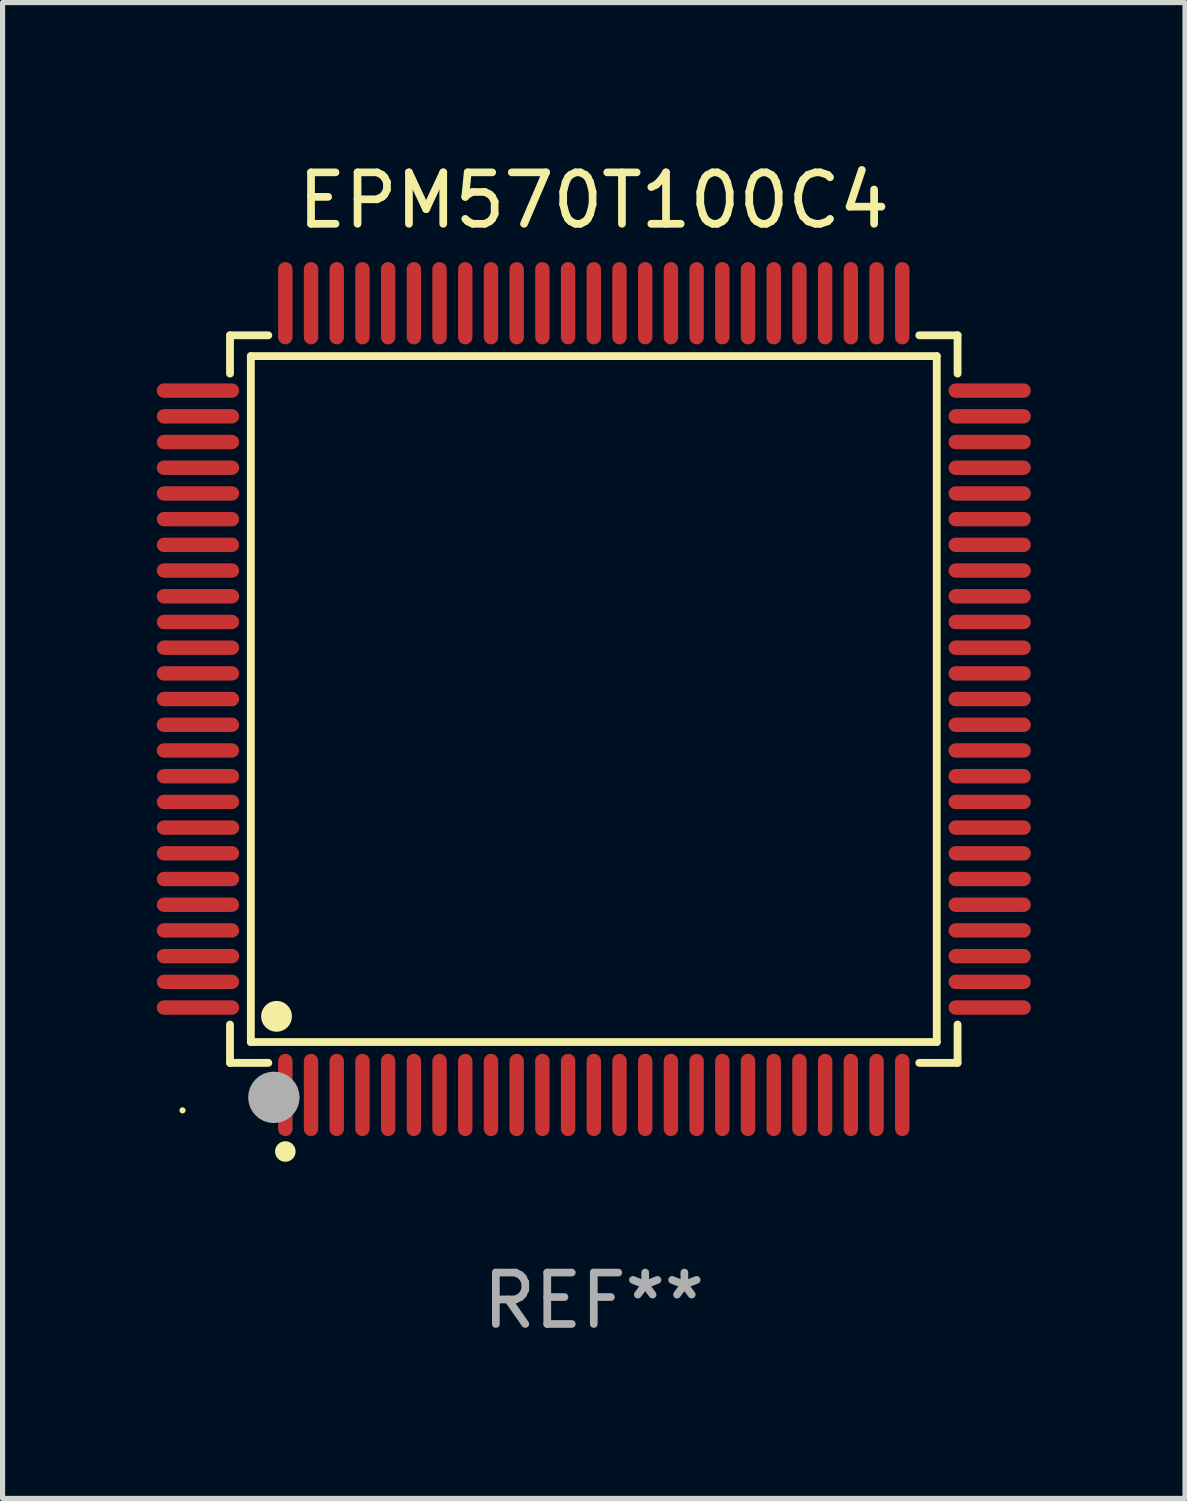
<source format=kicad_pcb>
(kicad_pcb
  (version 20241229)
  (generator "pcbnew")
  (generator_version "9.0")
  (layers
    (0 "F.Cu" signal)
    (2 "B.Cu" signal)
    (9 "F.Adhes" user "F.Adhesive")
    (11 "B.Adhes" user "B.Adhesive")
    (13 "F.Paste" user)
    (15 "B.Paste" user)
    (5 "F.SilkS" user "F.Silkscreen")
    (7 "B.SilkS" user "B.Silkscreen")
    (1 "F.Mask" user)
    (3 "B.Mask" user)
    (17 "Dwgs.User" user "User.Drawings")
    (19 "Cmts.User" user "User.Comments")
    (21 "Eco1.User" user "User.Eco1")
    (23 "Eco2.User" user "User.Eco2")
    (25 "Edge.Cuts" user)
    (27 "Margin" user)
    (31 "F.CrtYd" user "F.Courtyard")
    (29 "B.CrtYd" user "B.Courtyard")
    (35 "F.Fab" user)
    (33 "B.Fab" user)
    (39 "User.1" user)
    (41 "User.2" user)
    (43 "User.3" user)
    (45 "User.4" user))
  (footprint "EPM570T100C4"
    (layer "F.Cu")
    (at 8.5 10.548)
    (property "Reference" "EPM570T100C4" (at 0 -9.7 0) (layer "F.SilkS") (effects (font (size 1 1) (thickness 0.15))))
    (attr through_hole)
    (fp_line (start -7.076 -7.076) (end -6.331 -7.076) (stroke (width 0.152) (type solid)) (layer "F.SilkS"))
    (fp_line (start -7.076 -6.331) (end -7.076 -7.076) (stroke (width 0.152) (type solid)) (layer "F.SilkS"))
    (fp_line (start -7.076 6.331) (end -7.076 7.076) (stroke (width 0.152) (type solid)) (layer "F.SilkS"))
    (fp_line (start -7.076 7.076) (end -6.331 7.076) (stroke (width 0.152) (type solid)) (layer "F.SilkS"))
    (fp_line (start -6.671 -6.671) (end 6.671 -6.671) (stroke (width 0.152) (type solid)) (layer "F.SilkS"))
    (fp_line (start -6.671 6.671) (end -6.671 -6.671) (stroke (width 0.152) (type solid)) (layer "F.SilkS"))
    (fp_line (start 6.671 -6.671) (end 6.671 6.671) (stroke (width 0.152) (type solid)) (layer "F.SilkS"))
    (fp_line (start 6.671 6.671) (end -6.671 6.671) (stroke (width 0.152) (type solid)) (layer "F.SilkS"))
    (fp_line (start 7.076 -7.076) (end 6.331 -7.076) (stroke (width 0.152) (type solid)) (layer "F.SilkS"))
    (fp_line (start 7.076 -6.331) (end 7.076 -7.076) (stroke (width 0.152) (type solid)) (layer "F.SilkS"))
    (fp_line (start 7.076 6.331) (end 7.076 7.076) (stroke (width 0.152) (type solid)) (layer "F.SilkS"))
    (fp_line (start 7.076 7.076) (end 6.331 7.076) (stroke (width 0.152) (type solid)) (layer "F.SilkS"))
    (fp_circle (center -8 8) (end -7.97 8) (stroke (width 0.06) (type solid)) (fill no) (layer "F.SilkS"))
    (fp_circle (center -6.171 6.171) (end -6.021 6.171) (stroke (width 0.3) (type solid)) (fill no) (layer "F.SilkS"))
    (fp_circle (center -6 8.8) (end -5.9 8.8) (stroke (width 0.2) (type solid)) (fill no) (layer "F.SilkS"))
    (fp_circle (center -6.223 7.747) (end -5.973 7.747) (stroke (width 0.5) (type solid)) (fill no) (layer "F.Fab"))
    (fp_text user "REF**" (at 0 11.7 0) (layer "F.Fab") (effects (font (size 1 1) (thickness 0.15))))
    (pad "1" smd oval (at -6 7.7) (size 0.28 1.6) (layers "F.Cu" "F.Mask" "F.Paste"))
    (pad "2" smd oval (at -5.5 7.7) (size 0.28 1.6) (layers "F.Cu" "F.Mask" "F.Paste"))
    (pad "3" smd oval (at -5 7.7) (size 0.28 1.6) (layers "F.Cu" "F.Mask" "F.Paste"))
    (pad "4" smd oval (at -4.5 7.7) (size 0.28 1.6) (layers "F.Cu" "F.Mask" "F.Paste"))
    (pad "5" smd oval (at -4 7.7) (size 0.28 1.6) (layers "F.Cu" "F.Mask" "F.Paste"))
    (pad "6" smd oval (at -3.5 7.7) (size 0.28 1.6) (layers "F.Cu" "F.Mask" "F.Paste"))
    (pad "7" smd oval (at -3 7.7) (size 0.28 1.6) (layers "F.Cu" "F.Mask" "F.Paste"))
    (pad "8" smd oval (at -2.5 7.7) (size 0.28 1.6) (layers "F.Cu" "F.Mask" "F.Paste"))
    (pad "9" smd oval (at -2 7.7) (size 0.28 1.6) (layers "F.Cu" "F.Mask" "F.Paste"))
    (pad "10" smd oval (at -1.5 7.7) (size 0.28 1.6) (layers "F.Cu" "F.Mask" "F.Paste"))
    (pad "11" smd oval (at -1 7.7) (size 0.28 1.6) (layers "F.Cu" "F.Mask" "F.Paste"))
    (pad "12" smd oval (at -0.5 7.7) (size 0.28 1.6) (layers "F.Cu" "F.Mask" "F.Paste"))
    (pad "13" smd oval (at 0 7.7) (size 0.28 1.6) (layers "F.Cu" "F.Mask" "F.Paste"))
    (pad "14" smd oval (at 0.5 7.7) (size 0.28 1.6) (layers "F.Cu" "F.Mask" "F.Paste"))
    (pad "15" smd oval (at 1 7.7) (size 0.28 1.6) (layers "F.Cu" "F.Mask" "F.Paste"))
    (pad "16" smd oval (at 1.5 7.7) (size 0.28 1.6) (layers "F.Cu" "F.Mask" "F.Paste"))
    (pad "17" smd oval (at 2 7.7) (size 0.28 1.6) (layers "F.Cu" "F.Mask" "F.Paste"))
    (pad "18" smd oval (at 2.5 7.7) (size 0.28 1.6) (layers "F.Cu" "F.Mask" "F.Paste"))
    (pad "19" smd oval (at 3 7.7) (size 0.28 1.6) (layers "F.Cu" "F.Mask" "F.Paste"))
    (pad "20" smd oval (at 3.5 7.7) (size 0.28 1.6) (layers "F.Cu" "F.Mask" "F.Paste"))
    (pad "21" smd oval (at 4 7.7) (size 0.28 1.6) (layers "F.Cu" "F.Mask" "F.Paste"))
    (pad "22" smd oval (at 4.5 7.7) (size 0.28 1.6) (layers "F.Cu" "F.Mask" "F.Paste"))
    (pad "23" smd oval (at 5 7.7) (size 0.28 1.6) (layers "F.Cu" "F.Mask" "F.Paste"))
    (pad "24" smd oval (at 5.5 7.7) (size 0.28 1.6) (layers "F.Cu" "F.Mask" "F.Paste"))
    (pad "25" smd oval (at 6 7.7) (size 0.28 1.6) (layers "F.Cu" "F.Mask" "F.Paste"))
    (pad "26" smd oval (at 7.7 6) (size 1.6 0.28) (layers "F.Cu" "F.Mask" "F.Paste"))
    (pad "27" smd oval (at 7.7 5.5) (size 1.6 0.28) (layers "F.Cu" "F.Mask" "F.Paste"))
    (pad "28" smd oval (at 7.7 5) (size 1.6 0.28) (layers "F.Cu" "F.Mask" "F.Paste"))
    (pad "29" smd oval (at 7.7 4.5) (size 1.6 0.28) (layers "F.Cu" "F.Mask" "F.Paste"))
    (pad "30" smd oval (at 7.7 4) (size 1.6 0.28) (layers "F.Cu" "F.Mask" "F.Paste"))
    (pad "31" smd oval (at 7.7 3.5) (size 1.6 0.28) (layers "F.Cu" "F.Mask" "F.Paste"))
    (pad "32" smd oval (at 7.7 3) (size 1.6 0.28) (layers "F.Cu" "F.Mask" "F.Paste"))
    (pad "33" smd oval (at 7.7 2.5) (size 1.6 0.28) (layers "F.Cu" "F.Mask" "F.Paste"))
    (pad "34" smd oval (at 7.7 2) (size 1.6 0.28) (layers "F.Cu" "F.Mask" "F.Paste"))
    (pad "35" smd oval (at 7.7 1.5) (size 1.6 0.28) (layers "F.Cu" "F.Mask" "F.Paste"))
    (pad "36" smd oval (at 7.7 1) (size 1.6 0.28) (layers "F.Cu" "F.Mask" "F.Paste"))
    (pad "37" smd oval (at 7.7 0.5) (size 1.6 0.28) (layers "F.Cu" "F.Mask" "F.Paste"))
    (pad "38" smd oval (at 7.7 0) (size 1.6 0.28) (layers "F.Cu" "F.Mask" "F.Paste"))
    (pad "39" smd oval (at 7.7 -0.5) (size 1.6 0.28) (layers "F.Cu" "F.Mask" "F.Paste"))
    (pad "40" smd oval (at 7.7 -1) (size 1.6 0.28) (layers "F.Cu" "F.Mask" "F.Paste"))
    (pad "41" smd oval (at 7.7 -1.5) (size 1.6 0.28) (layers "F.Cu" "F.Mask" "F.Paste"))
    (pad "42" smd oval (at 7.7 -2) (size 1.6 0.28) (layers "F.Cu" "F.Mask" "F.Paste"))
    (pad "43" smd oval (at 7.7 -2.5) (size 1.6 0.28) (layers "F.Cu" "F.Mask" "F.Paste"))
    (pad "44" smd oval (at 7.7 -3) (size 1.6 0.28) (layers "F.Cu" "F.Mask" "F.Paste"))
    (pad "45" smd oval (at 7.7 -3.5) (size 1.6 0.28) (layers "F.Cu" "F.Mask" "F.Paste"))
    (pad "46" smd oval (at 7.7 -4) (size 1.6 0.28) (layers "F.Cu" "F.Mask" "F.Paste"))
    (pad "47" smd oval (at 7.7 -4.5) (size 1.6 0.28) (layers "F.Cu" "F.Mask" "F.Paste"))
    (pad "48" smd oval (at 7.7 -5) (size 1.6 0.28) (layers "F.Cu" "F.Mask" "F.Paste"))
    (pad "49" smd oval (at 7.7 -5.5) (size 1.6 0.28) (layers "F.Cu" "F.Mask" "F.Paste"))
    (pad "50" smd oval (at 7.7 -6) (size 1.6 0.28) (layers "F.Cu" "F.Mask" "F.Paste"))
    (pad "51" smd oval (at 6 -7.7) (size 0.28 1.6) (layers "F.Cu" "F.Mask" "F.Paste"))
    (pad "52" smd oval (at 5.5 -7.7) (size 0.28 1.6) (layers "F.Cu" "F.Mask" "F.Paste"))
    (pad "53" smd oval (at 5 -7.7) (size 0.28 1.6) (layers "F.Cu" "F.Mask" "F.Paste"))
    (pad "54" smd oval (at 4.5 -7.7) (size 0.28 1.6) (layers "F.Cu" "F.Mask" "F.Paste"))
    (pad "55" smd oval (at 4 -7.7) (size 0.28 1.6) (layers "F.Cu" "F.Mask" "F.Paste"))
    (pad "56" smd oval (at 3.5 -7.7) (size 0.28 1.6) (layers "F.Cu" "F.Mask" "F.Paste"))
    (pad "57" smd oval (at 3 -7.7) (size 0.28 1.6) (layers "F.Cu" "F.Mask" "F.Paste"))
    (pad "58" smd oval (at 2.5 -7.7) (size 0.28 1.6) (layers "F.Cu" "F.Mask" "F.Paste"))
    (pad "59" smd oval (at 2 -7.7) (size 0.28 1.6) (layers "F.Cu" "F.Mask" "F.Paste"))
    (pad "60" smd oval (at 1.5 -7.7) (size 0.28 1.6) (layers "F.Cu" "F.Mask" "F.Paste"))
    (pad "61" smd oval (at 1 -7.7) (size 0.28 1.6) (layers "F.Cu" "F.Mask" "F.Paste"))
    (pad "62" smd oval (at 0.5 -7.7) (size 0.28 1.6) (layers "F.Cu" "F.Mask" "F.Paste"))
    (pad "63" smd oval (at 0 -7.7) (size 0.28 1.6) (layers "F.Cu" "F.Mask" "F.Paste"))
    (pad "64" smd oval (at -0.5 -7.7) (size 0.28 1.6) (layers "F.Cu" "F.Mask" "F.Paste"))
    (pad "65" smd oval (at -1 -7.7) (size 0.28 1.6) (layers "F.Cu" "F.Mask" "F.Paste"))
    (pad "66" smd oval (at -1.5 -7.7) (size 0.28 1.6) (layers "F.Cu" "F.Mask" "F.Paste"))
    (pad "67" smd oval (at -2 -7.7) (size 0.28 1.6) (layers "F.Cu" "F.Mask" "F.Paste"))
    (pad "68" smd oval (at -2.5 -7.7) (size 0.28 1.6) (layers "F.Cu" "F.Mask" "F.Paste"))
    (pad "69" smd oval (at -3 -7.7) (size 0.28 1.6) (layers "F.Cu" "F.Mask" "F.Paste"))
    (pad "70" smd oval (at -3.5 -7.7) (size 0.28 1.6) (layers "F.Cu" "F.Mask" "F.Paste"))
    (pad "71" smd oval (at -4 -7.7) (size 0.28 1.6) (layers "F.Cu" "F.Mask" "F.Paste"))
    (pad "72" smd oval (at -4.5 -7.7) (size 0.28 1.6) (layers "F.Cu" "F.Mask" "F.Paste"))
    (pad "73" smd oval (at -5 -7.7) (size 0.28 1.6) (layers "F.Cu" "F.Mask" "F.Paste"))
    (pad "74" smd oval (at -5.5 -7.7) (size 0.28 1.6) (layers "F.Cu" "F.Mask" "F.Paste"))
    (pad "75" smd oval (at -6 -7.7) (size 0.28 1.6) (layers "F.Cu" "F.Mask" "F.Paste"))
    (pad "76" smd oval (at -7.7 -6) (size 1.6 0.28) (layers "F.Cu" "F.Mask" "F.Paste"))
    (pad "77" smd oval (at -7.7 -5.5) (size 1.6 0.28) (layers "F.Cu" "F.Mask" "F.Paste"))
    (pad "78" smd oval (at -7.7 -5) (size 1.6 0.28) (layers "F.Cu" "F.Mask" "F.Paste"))
    (pad "79" smd oval (at -7.7 -4.5) (size 1.6 0.28) (layers "F.Cu" "F.Mask" "F.Paste"))
    (pad "80" smd oval (at -7.7 -4) (size 1.6 0.28) (layers "F.Cu" "F.Mask" "F.Paste"))
    (pad "81" smd oval (at -7.7 -3.5) (size 1.6 0.28) (layers "F.Cu" "F.Mask" "F.Paste"))
    (pad "82" smd oval (at -7.7 -3) (size 1.6 0.28) (layers "F.Cu" "F.Mask" "F.Paste"))
    (pad "83" smd oval (at -7.7 -2.5) (size 1.6 0.28) (layers "F.Cu" "F.Mask" "F.Paste"))
    (pad "84" smd oval (at -7.7 -2) (size 1.6 0.28) (layers "F.Cu" "F.Mask" "F.Paste"))
    (pad "85" smd oval (at -7.7 -1.5) (size 1.6 0.28) (layers "F.Cu" "F.Mask" "F.Paste"))
    (pad "86" smd oval (at -7.7 -1) (size 1.6 0.28) (layers "F.Cu" "F.Mask" "F.Paste"))
    (pad "87" smd oval (at -7.7 -0.5) (size 1.6 0.28) (layers "F.Cu" "F.Mask" "F.Paste"))
    (pad "88" smd oval (at -7.7 0) (size 1.6 0.28) (layers "F.Cu" "F.Mask" "F.Paste"))
    (pad "89" smd oval (at -7.7 0.5) (size 1.6 0.28) (layers "F.Cu" "F.Mask" "F.Paste"))
    (pad "90" smd oval (at -7.7 1) (size 1.6 0.28) (layers "F.Cu" "F.Mask" "F.Paste"))
    (pad "91" smd oval (at -7.7 1.5) (size 1.6 0.28) (layers "F.Cu" "F.Mask" "F.Paste"))
    (pad "92" smd oval (at -7.7 2) (size 1.6 0.28) (layers "F.Cu" "F.Mask" "F.Paste"))
    (pad "93" smd oval (at -7.7 2.5) (size 1.6 0.28) (layers "F.Cu" "F.Mask" "F.Paste"))
    (pad "94" smd oval (at -7.7 3) (size 1.6 0.28) (layers "F.Cu" "F.Mask" "F.Paste"))
    (pad "95" smd oval (at -7.7 3.5) (size 1.6 0.28) (layers "F.Cu" "F.Mask" "F.Paste"))
    (pad "96" smd oval (at -7.7 4) (size 1.6 0.28) (layers "F.Cu" "F.Mask" "F.Paste"))
    (pad "97" smd oval (at -7.7 4.5) (size 1.6 0.28) (layers "F.Cu" "F.Mask" "F.Paste"))
    (pad "98" smd oval (at -7.7 5) (size 1.6 0.28) (layers "F.Cu" "F.Mask" "F.Paste"))
    (pad "99" smd oval (at -7.7 5.5) (size 1.6 0.28) (layers "F.Cu" "F.Mask" "F.Paste"))
    (pad "100" smd oval (at -7.7 6) (size 1.6 0.28) (layers "F.Cu" "F.Mask" "F.Paste")))
  (gr_rect
    (start -3 -3)
    (end 20 26.097)
    (stroke (width 0.1) (type default))
    (fill no)
    (layer "Edge.Cuts")))
</source>
